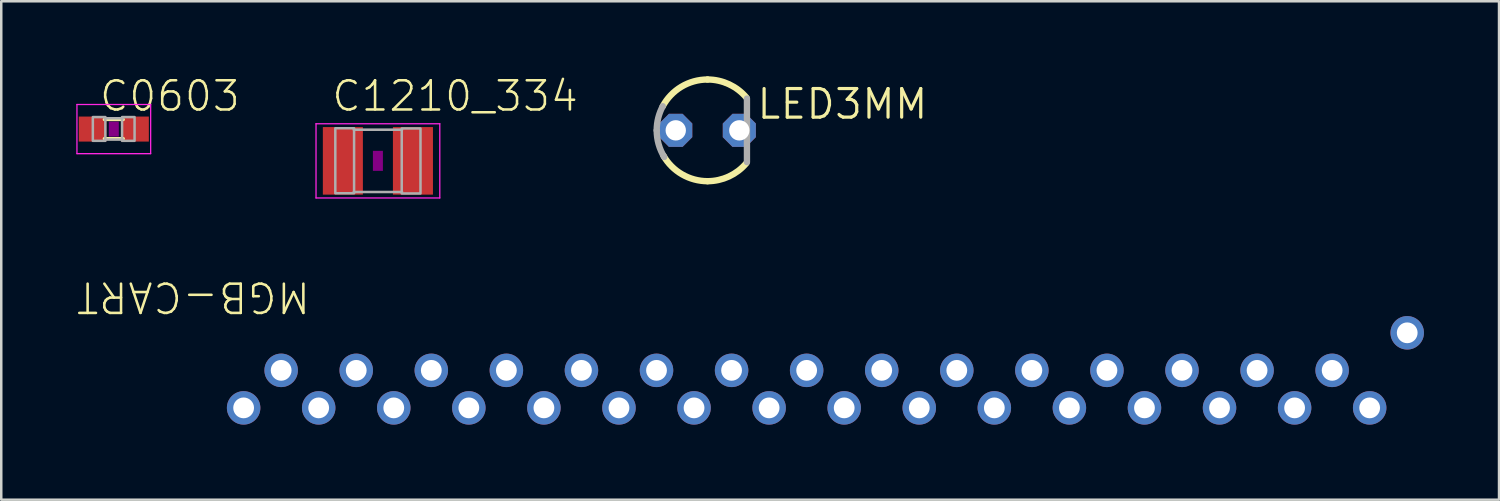
<source format=kicad_pcb>
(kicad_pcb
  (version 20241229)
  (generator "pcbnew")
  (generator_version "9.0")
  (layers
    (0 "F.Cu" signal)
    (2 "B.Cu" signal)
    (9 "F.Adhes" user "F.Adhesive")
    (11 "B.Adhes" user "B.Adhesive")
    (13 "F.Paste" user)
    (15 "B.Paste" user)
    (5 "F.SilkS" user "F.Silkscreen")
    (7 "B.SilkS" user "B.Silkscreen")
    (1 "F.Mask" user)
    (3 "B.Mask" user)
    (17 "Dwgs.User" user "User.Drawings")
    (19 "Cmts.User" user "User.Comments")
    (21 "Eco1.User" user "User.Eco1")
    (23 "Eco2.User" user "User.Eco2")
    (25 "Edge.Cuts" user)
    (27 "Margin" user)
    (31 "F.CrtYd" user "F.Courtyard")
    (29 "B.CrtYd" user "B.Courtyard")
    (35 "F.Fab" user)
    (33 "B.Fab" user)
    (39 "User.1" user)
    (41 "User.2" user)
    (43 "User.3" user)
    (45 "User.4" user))
  (footprint "C1210_334"
    (layer "F.Cu")
    (at 12.052 3.378)
    (property "Reference" "C1210_334" (at -1.905 -1.905 0) (unlocked yes) (layer "F.SilkS") (effects (font (size 1.168 1.168) (thickness 0.102)) (justify left bottom)))
    (fp_poly (pts (xy -0.2 0.4) (xy 0.2 0.4) (xy 0.2 -0.4) (xy -0.2 -0.4)) (stroke (width 0) (type default)) (fill yes) (layer "F.Adhes"))
    (fp_line (start -2.473 -1.483) (end 2.473 -1.483) (stroke (width 0.051) (type solid)) (layer "F.CrtYd"))
    (fp_line (start -2.473 1.483) (end -2.473 -1.483) (stroke (width 0.051) (type solid)) (layer "F.CrtYd"))
    (fp_line (start 2.473 -1.483) (end 2.473 1.483) (stroke (width 0.051) (type solid)) (layer "F.CrtYd"))
    (fp_line (start 2.473 1.483) (end -2.473 1.483) (stroke (width 0.051) (type solid)) (layer "F.CrtYd"))
    (fp_line (start -0.965 -1.245) (end 0.965 -1.245) (stroke (width 0.102) (type solid)) (layer "F.Fab"))
    (fp_line (start -0.965 1.245) (end 0.965 1.245) (stroke (width 0.102) (type solid)) (layer "F.Fab"))
    (fp_poly (pts (xy -1.702 1.295) (xy -0.952 1.295) (xy -0.952 -1.304) (xy -1.702 -1.304)) (stroke (width 0.1) (type default)) (fill no) (layer "F.Fab"))
    (fp_poly (pts (xy 0.952 1.304) (xy 1.702 1.304) (xy 1.702 -1.295) (xy 0.952 -1.295)) (stroke (width 0.1) (type default)) (fill no) (layer "F.Fab"))
    (pad "1" smd rect (at -1.4 0) (size 1.6 2.7) (layers "F.Cu" "F.Mask" "F.Paste"))
    (pad "2" smd rect (at 1.4 0) (size 1.6 2.7) (layers "F.Cu" "F.Mask" "F.Paste")))
  (footprint "MGB-CART"
    (layer "F.Cu")
    (at 6.686 13.25)
    (property "Reference" "MGB-CART" (at 2.732 -5.112 180) (unlocked yes) (layer "F.SilkS") (effects (font (size 1.168 1.168) (thickness 0.102)) (justify left bottom)))
    (pad "1" thru_hole circle (at 0 0 90) (size 1.338 1.338) (drill 0.83) (layers "*.Cu" "*.Mask"))
    (pad "2" thru_hole circle (at 1.5 -1.5 90) (size 1.338 1.338) (drill 0.83) (layers "*.Cu" "*.Mask"))
    (pad "3" thru_hole circle (at 3 0 90) (size 1.338 1.338) (drill 0.83) (layers "*.Cu" "*.Mask"))
    (pad "4" thru_hole circle (at 4.5 -1.5 90) (size 1.338 1.338) (drill 0.83) (layers "*.Cu" "*.Mask"))
    (pad "5" thru_hole circle (at 6 0 90) (size 1.338 1.338) (drill 0.83) (layers "*.Cu" "*.Mask"))
    (pad "6" thru_hole circle (at 7.5 -1.5 90) (size 1.338 1.338) (drill 0.83) (layers "*.Cu" "*.Mask"))
    (pad "7" thru_hole circle (at 9 0 90) (size 1.338 1.338) (drill 0.83) (layers "*.Cu" "*.Mask"))
    (pad "8" thru_hole circle (at 10.5 -1.5 90) (size 1.338 1.338) (drill 0.83) (layers "*.Cu" "*.Mask"))
    (pad "9" thru_hole circle (at 12 0 90) (size 1.338 1.338) (drill 0.83) (layers "*.Cu" "*.Mask"))
    (pad "10" thru_hole circle (at 13.5 -1.5 90) (size 1.338 1.338) (drill 0.83) (layers "*.Cu" "*.Mask"))
    (pad "11" thru_hole circle (at 15 0 90) (size 1.338 1.338) (drill 0.83) (layers "*.Cu" "*.Mask"))
    (pad "12" thru_hole circle (at 16.5 -1.5 90) (size 1.338 1.338) (drill 0.83) (layers "*.Cu" "*.Mask"))
    (pad "13" thru_hole circle (at 18 0 90) (size 1.338 1.338) (drill 0.83) (layers "*.Cu" "*.Mask"))
    (pad "14" thru_hole circle (at 19.5 -1.5 90) (size 1.338 1.338) (drill 0.83) (layers "*.Cu" "*.Mask"))
    (pad "15" thru_hole circle (at 21 0 90) (size 1.338 1.338) (drill 0.83) (layers "*.Cu" "*.Mask"))
    (pad "16" thru_hole circle (at 22.5 -1.5 90) (size 1.338 1.338) (drill 0.83) (layers "*.Cu" "*.Mask"))
    (pad "17" thru_hole circle (at 24 0 90) (size 1.338 1.338) (drill 0.83) (layers "*.Cu" "*.Mask"))
    (pad "18" thru_hole circle (at 25.5 -1.5 90) (size 1.338 1.338) (drill 0.83) (layers "*.Cu" "*.Mask"))
    (pad "19" thru_hole circle (at 27 0 90) (size 1.338 1.338) (drill 0.83) (layers "*.Cu" "*.Mask"))
    (pad "20" thru_hole circle (at 28.5 -1.5 90) (size 1.338 1.338) (drill 0.83) (layers "*.Cu" "*.Mask"))
    (pad "21" thru_hole circle (at 30 0 90) (size 1.338 1.338) (drill 0.83) (layers "*.Cu" "*.Mask"))
    (pad "22" thru_hole circle (at 31.5 -1.5 90) (size 1.338 1.338) (drill 0.83) (layers "*.Cu" "*.Mask"))
    (pad "23" thru_hole circle (at 33 0 90) (size 1.338 1.338) (drill 0.83) (layers "*.Cu" "*.Mask"))
    (pad "24" thru_hole circle (at 34.5 -1.5 90) (size 1.338 1.338) (drill 0.83) (layers "*.Cu" "*.Mask"))
    (pad "25" thru_hole circle (at 36 0 90) (size 1.338 1.338) (drill 0.83) (layers "*.Cu" "*.Mask"))
    (pad "26" thru_hole circle (at 37.5 -1.5 90) (size 1.338 1.338) (drill 0.83) (layers "*.Cu" "*.Mask"))
    (pad "27" thru_hole circle (at 39 0 90) (size 1.338 1.338) (drill 0.83) (layers "*.Cu" "*.Mask"))
    (pad "28" thru_hole circle (at 40.5 -1.5 90) (size 1.338 1.338) (drill 0.83) (layers "*.Cu" "*.Mask"))
    (pad "29" thru_hole circle (at 42 0 90) (size 1.338 1.338) (drill 0.83) (layers "*.Cu" "*.Mask"))
    (pad "30" thru_hole circle (at 43.5 -1.5 90) (size 1.338 1.338) (drill 0.83) (layers "*.Cu" "*.Mask"))
    (pad "31" thru_hole circle (at 45 0 90) (size 1.338 1.338) (drill 0.83) (layers "*.Cu" "*.Mask"))
    (pad "32" thru_hole circle (at 46.5 -3 90) (size 1.338 1.338) (drill 0.83) (layers "*.Cu" "*.Mask")))
  (footprint "C0603"
    (layer "F.Cu")
    (at 1.498 2.108)
    (property "Reference" "C0603" (at -0.635 -0.635 0) (unlocked yes) (layer "F.SilkS") (effects (font (size 1.168 1.168) (thickness 0.102)) (justify left bottom)))
    (fp_line (start -0.381 -0.381) (end 0.381 -0.381) (stroke (width 0.127) (type solid)) (layer "F.SilkS"))
    (fp_line (start -0.381 0.381) (end 0.381 0.381) (stroke (width 0.127) (type solid)) (layer "F.SilkS"))
    (fp_poly (pts (xy -0.2 0.3) (xy 0.2 0.3) (xy 0.2 -0.3) (xy -0.2 -0.3)) (stroke (width 0) (type default)) (fill yes) (layer "F.Adhes"))
    (fp_line (start -1.473 -0.983) (end 1.473 -0.983) (stroke (width 0.051) (type solid)) (layer "F.CrtYd"))
    (fp_line (start -1.473 0.983) (end -1.473 -0.983) (stroke (width 0.051) (type solid)) (layer "F.CrtYd"))
    (fp_line (start 1.473 -0.983) (end 1.473 0.983) (stroke (width 0.051) (type solid)) (layer "F.CrtYd"))
    (fp_line (start 1.473 0.983) (end -1.473 0.983) (stroke (width 0.051) (type solid)) (layer "F.CrtYd"))
    (fp_line (start -0.356 -0.432) (end 0.356 -0.432) (stroke (width 0.102) (type solid)) (layer "F.Fab"))
    (fp_line (start -0.356 0.419) (end 0.356 0.419) (stroke (width 0.102) (type solid)) (layer "F.Fab"))
    (fp_poly (pts (xy -0.838 0.47) (xy -0.338 0.47) (xy -0.338 -0.48) (xy -0.838 -0.48)) (stroke (width 0.1) (type default)) (fill no) (layer "F.Fab"))
    (fp_poly (pts (xy 0.33 0.47) (xy 0.83 0.47) (xy 0.83 -0.48) (xy 0.33 -0.48)) (stroke (width 0.1) (type default)) (fill no) (layer "F.Fab"))
    (pad "1" smd rect (at -0.85 0) (size 1.1 1) (layers "F.Cu" "F.Mask" "F.Paste"))
    (pad "2" smd rect (at 0.85 0) (size 1.1 1) (layers "F.Cu" "F.Mask" "F.Paste")))
  (footprint "LED3MM"
    (layer "F.Cu")
    (at 25.225 2.159)
    (property "Reference" "LED3MM" (at 1.905 -0.381 0) (unlocked yes) (layer "F.SilkS") (effects (font (size 1.143 1.143) (thickness 0.127)) (justify left bottom)))
    (fp_arc (start -1.7929 -0.9562) (mid -1.045438 -1.7424) (end 0 -2.032) (stroke (width 0.254) (type solid)) (layer "F.SilkS"))
    (fp_arc (start 0 -2.032) (mid 0.861864 -1.840173) (end 1.561 -1.3009) (stroke (width 0.254) (type solid)) (layer "F.SilkS"))
    (fp_arc (start 0 2.032) (mid -1.019924 1.757525) (end -1.7643 1.0082) (stroke (width 0.254) (type solid)) (layer "F.SilkS"))
    (fp_arc (start 1.5512 1.3126) (mid 0.854953 1.843405) (end 0 2.032) (stroke (width 0.254) (type solid)) (layer "F.SilkS"))
    (fp_line (start 1.575 1.27) (end 1.575 -1.27) (stroke (width 0.254) (type solid)) (layer "F.Fab"))
    (fp_arc (start -2.032 0) (mid -1.970339 -0.496775) (end -1.7891 -0.9634) (stroke (width 0.254) (type solid)) (layer "F.Fab"))
    (fp_arc (start -1.7306 1.065) (mid -1.95521 0.553417) (end -2.032 0) (stroke (width 0.254) (type solid)) (layer "F.Fab"))
    (pad "A" thru_hole roundrect (at -1.27 0) (size 1.321 1.321) (drill 0.813) (layers "*.Cu" "*.Mask") (roundrect_rratio 0.25) (chamfer_ratio 0.293) (chamfer top_left top_right bottom_left bottom_right))
    (pad "K" thru_hole roundrect (at 1.27 0) (size 1.321 1.321) (drill 0.813) (layers "*.Cu" "*.Mask") (roundrect_rratio 0.25) (chamfer_ratio 0.293) (chamfer top_left top_right bottom_left bottom_right)))
  (gr_rect
    (start -3 -3)
    (end 56.855 16.919)
    (stroke (width 0.1) (type default))
    (fill no)
    (layer "Edge.Cuts")))
</source>
